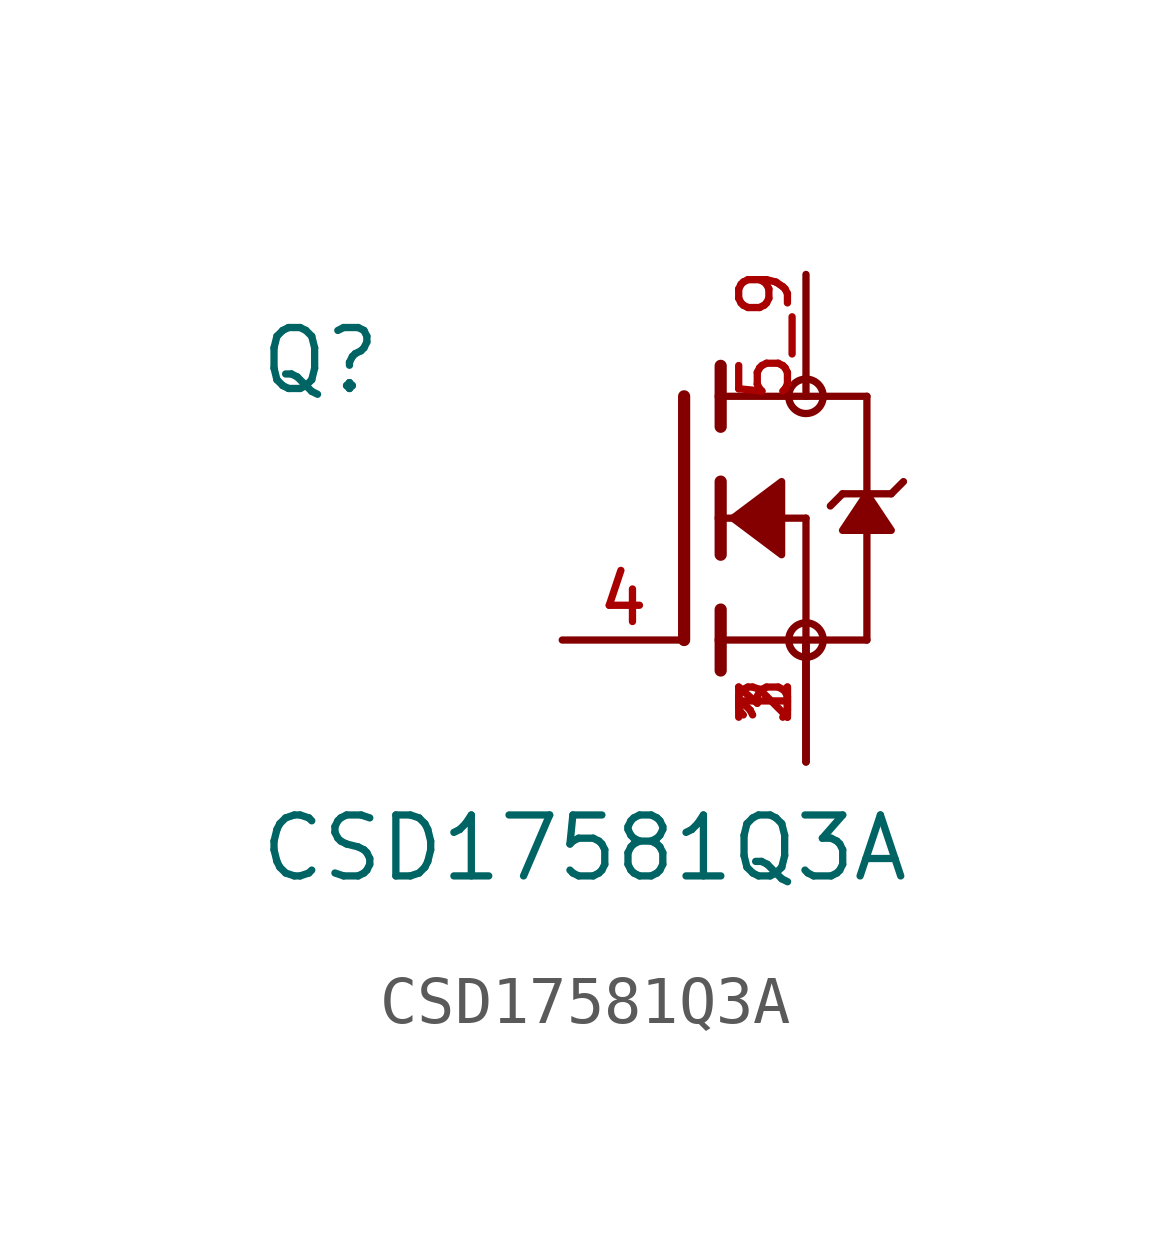
<source format=kicad_sym>
(kicad_symbol_lib
  (version 20211014)
  (generator kicad_symbol_editor)
  (symbol "CSD17581Q3A"
    (pin_names
      (offset 1.016))
    (property "Reference" "Q"
      (at -8.89 2.54 0)
      (effects (font (size 1.27 1.27)) (justify bottom left)))
    (property "Value" "CSD17581Q3A"
      (at -8.89 -7.62 0)
      (effects (font (size 1.27 1.27)) (justify bottom left)))
    (symbol "CSD17581Q3A_0_0"
      (polyline (pts (xy 0.762 0.762) (xy 0.762 0.0)) (stroke (width 0.254)))
      (polyline (pts (xy 0.762 0.0) (xy 0.762 -0.762)) (stroke (width 0.254)))
      (polyline (pts (xy 0.762 3.175) (xy 0.762 2.54)) (stroke (width 0.254)))
      (polyline (pts (xy 0.762 2.54) (xy 0.762 1.905)) (stroke (width 0.254)))
      (polyline (pts (xy 0.762 0.0) (xy 2.54 0.0)) (stroke (width 0.152)))
      (polyline (pts (xy 2.54 0.0) (xy 2.54 -2.54)) (stroke (width 0.152)))
      (polyline (pts (xy 0.762 -1.905) (xy 0.762 -2.54)) (stroke (width 0.254)))
      (polyline (pts (xy 0.762 -2.54) (xy 0.762 -3.175)) (stroke (width 0.254)))
      (polyline (pts (xy 0.0 2.54) (xy 0.0 -2.54)) (stroke (width 0.254)))
      (polyline (pts (xy 2.54 -2.54) (xy 0.762 -2.54)) (stroke (width 0.152)))
      (polyline (pts (xy 3.81 2.54) (xy 3.81 0.508)) (stroke (width 0.152)))
      (polyline (pts (xy 3.81 0.508) (xy 3.81 -2.54)) (stroke (width 0.152)))
      (polyline (pts (xy 2.54 -2.54) (xy 3.81 -2.54)) (stroke (width 0.152)))
      (polyline (pts (xy 0.762 2.54) (xy 3.81 2.54)) (stroke (width 0.152)))
      (polyline (pts (xy 4.572 0.762) (xy 4.318 0.508)) (stroke (width 0.152)))
      (polyline (pts (xy 4.318 0.508) (xy 3.81 0.508)) (stroke (width 0.152)))
      (polyline (pts (xy 3.81 0.508) (xy 3.302 0.508)) (stroke (width 0.152)))
      (polyline (pts (xy 3.302 0.508) (xy 3.048 0.254)) (stroke (width 0.152)))
      (circle (center 2.54 -2.54) (radius 0.359) (stroke (width 0.0)) (fill (type none)))
      (circle (center 2.54 2.54) (radius 0.359) (stroke (width 0.0)) (fill (type none)))
      (polyline (pts (xy 3.81 0.508) (xy 3.302 -0.254) (xy 4.318 -0.254) (xy 3.81 0.508)) (stroke (width 0.152)) (fill (type outline)))
      (polyline (pts (xy 1.016 0.0) (xy 2.032 0.762) (xy 2.032 -0.762) (xy 1.016 0.0)) (stroke (width 0.152)) (fill (type outline)))
      (pin passive line (at 2.54 -5.08 90.0) (length 2.54) (name "~" (effects (font (size 1.016 1.016)))) (number "1" (effects (font (size 1.016 1.016)))))
      (pin passive line (at 2.54 -5.08 90.0) (length 2.54) (name "~" (effects (font (size 1.016 1.016)))) (number "2" (effects (font (size 1.016 1.016)))))
      (pin passive line (at 2.54 -5.08 90.0) (length 2.54) (name "~" (effects (font (size 1.016 1.016)))) (number "3" (effects (font (size 1.016 1.016)))))
      (pin passive line (at -2.54 -2.54 0) (length 2.54) (name "~" (effects (font (size 1.016 1.016)))) (number "4" (effects (font (size 1.016 1.016)))))
      (pin passive line (at 2.54 5.08 270.0) (length 2.54) (name "~" (effects (font (size 1.016 1.016)))) (number "5_9" (effects (font (size 1.016 1.016))))))))
</source>
